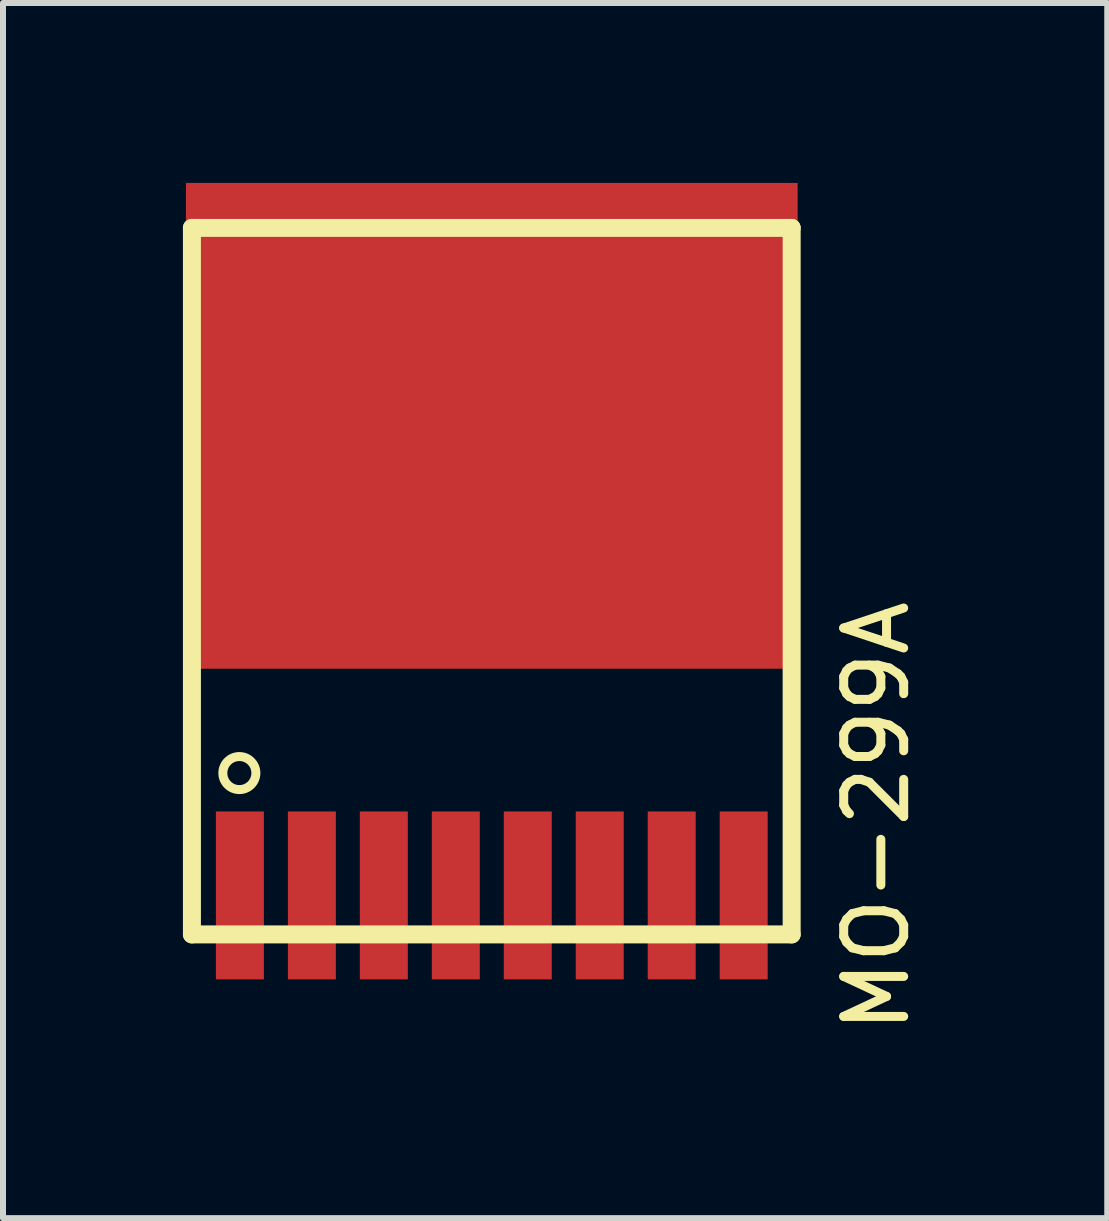
<source format=kicad_pcb>
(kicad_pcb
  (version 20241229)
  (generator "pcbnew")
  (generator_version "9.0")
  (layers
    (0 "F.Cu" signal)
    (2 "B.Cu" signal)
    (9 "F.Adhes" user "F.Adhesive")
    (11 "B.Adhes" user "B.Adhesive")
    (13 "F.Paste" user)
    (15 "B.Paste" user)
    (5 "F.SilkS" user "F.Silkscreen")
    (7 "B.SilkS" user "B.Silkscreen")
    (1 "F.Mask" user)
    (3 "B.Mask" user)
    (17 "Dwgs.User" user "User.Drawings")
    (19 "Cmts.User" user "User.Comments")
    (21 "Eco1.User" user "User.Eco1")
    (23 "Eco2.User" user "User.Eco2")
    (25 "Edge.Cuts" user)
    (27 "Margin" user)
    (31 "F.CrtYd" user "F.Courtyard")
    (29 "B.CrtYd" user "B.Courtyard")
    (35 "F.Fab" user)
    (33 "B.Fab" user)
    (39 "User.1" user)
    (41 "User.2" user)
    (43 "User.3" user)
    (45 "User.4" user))
  (footprint "MO-299A"
    (layer "F.Cu")
    (at 5.15 6.64)
    (property "Reference" "MO-299A" (at 6.413 3.924 90) (layer "F.SilkS") (effects (font (size 1 1) (thickness 0.15))))
    (attr through_hole)
    (fp_line (start -5 -5.89) (end -5 5.89) (stroke (width 0.3) (type solid)) (layer "F.SilkS"))
    (fp_line (start -5 -5.89) (end 5 -5.89) (stroke (width 0.3) (type solid)) (layer "F.SilkS"))
    (fp_line (start -5 5.89) (end 5 5.89) (stroke (width 0.3) (type solid)) (layer "F.SilkS"))
    (fp_line (start 5 -5.89) (end 5 5.89) (stroke (width 0.3) (type solid)) (layer "F.SilkS"))
    (fp_circle (center -4.209 3.2) (end -3.98 3.353) (stroke (width 0.15) (type solid)) (fill no) (layer "F.SilkS"))
    (pad "1" smd rect (at -4.2 5.24) (size 0.8 2.8) (layers "F.Cu" "F.Mask" "F.Paste"))
    (pad "2" smd rect (at -3 5.24) (size 0.8 2.8) (layers "F.Cu" "F.Mask" "F.Paste"))
    (pad "2" smd rect (at -1.8 5.24) (size 0.8 2.8) (layers "F.Cu" "F.Mask" "F.Paste"))
    (pad "2" smd rect (at -0.6 5.24) (size 0.8 2.8) (layers "F.Cu" "F.Mask" "F.Paste"))
    (pad "2" smd rect (at 0.6 5.24) (size 0.8 2.8) (layers "F.Cu" "F.Mask" "F.Paste"))
    (pad "2" smd rect (at 1.8 5.24) (size 0.8 2.8) (layers "F.Cu" "F.Mask" "F.Paste"))
    (pad "2" smd rect (at 3 5.24) (size 0.8 2.8) (layers "F.Cu" "F.Mask" "F.Paste"))
    (pad "2" smd rect (at 4.2 5.24) (size 0.8 2.8) (layers "F.Cu" "F.Mask" "F.Paste"))
    (pad "3" smd rect (at 0 -2.59) (size 10.2 8.1) (layers "F.Cu" "F.Mask" "F.Paste")))
  (gr_rect
    (start -3 -3)
    (end 15.412 17.261)
    (stroke (width 0.1) (type default))
    (fill no)
    (layer "Edge.Cuts")))
</source>
